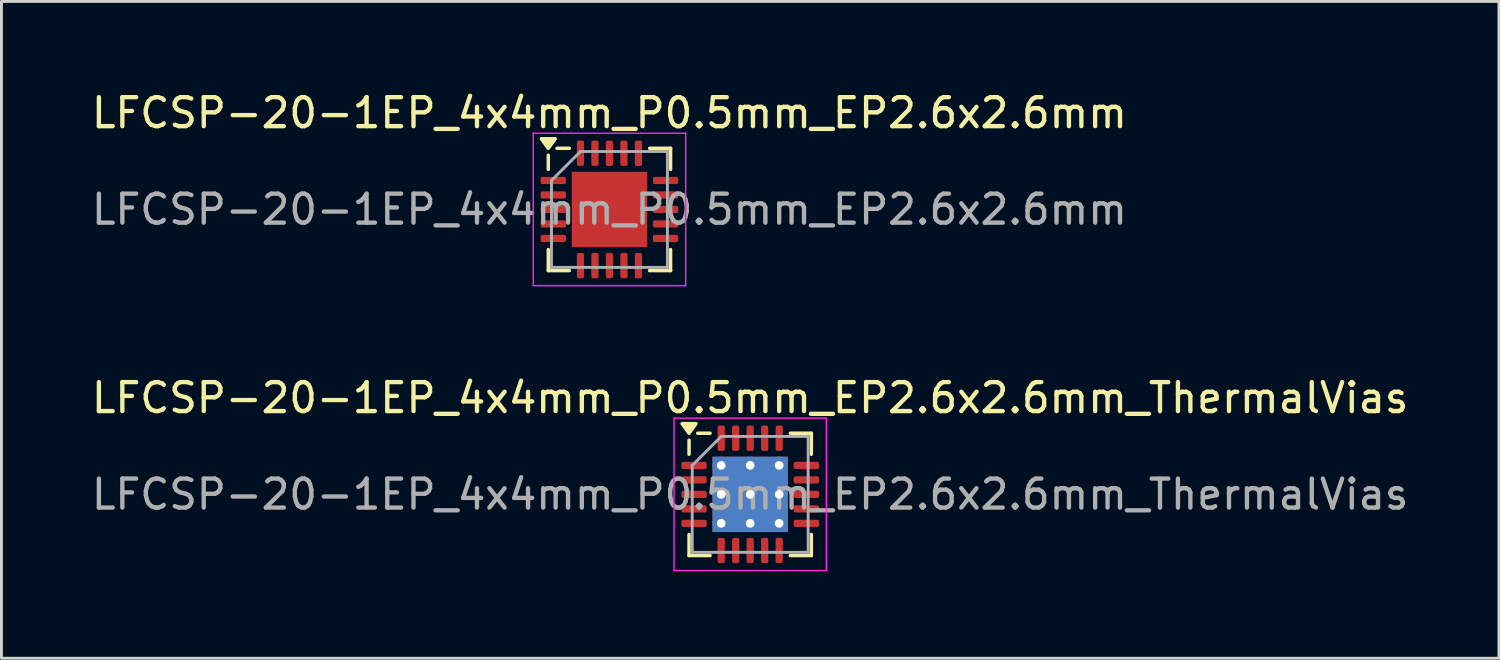
<source format=kicad_pcb>
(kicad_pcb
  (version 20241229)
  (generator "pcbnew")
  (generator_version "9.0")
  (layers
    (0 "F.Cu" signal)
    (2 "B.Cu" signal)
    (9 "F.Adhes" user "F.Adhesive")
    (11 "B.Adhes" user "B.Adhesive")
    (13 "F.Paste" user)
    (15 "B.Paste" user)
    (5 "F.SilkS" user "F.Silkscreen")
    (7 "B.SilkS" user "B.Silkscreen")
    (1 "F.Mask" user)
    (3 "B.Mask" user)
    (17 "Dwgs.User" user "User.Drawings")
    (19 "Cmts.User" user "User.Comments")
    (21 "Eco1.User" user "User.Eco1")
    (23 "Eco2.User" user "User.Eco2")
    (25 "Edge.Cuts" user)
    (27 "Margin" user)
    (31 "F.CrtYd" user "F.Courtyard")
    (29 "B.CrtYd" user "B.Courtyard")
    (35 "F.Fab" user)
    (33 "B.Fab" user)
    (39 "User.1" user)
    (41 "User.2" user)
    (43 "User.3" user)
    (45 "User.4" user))
  (footprint "LFCSP-20-1EP_4x4mm_P0.5mm_EP2.6x2.6mm_ThermalVias"
    (layer "F.Cu")
    (at 22.839 14.011)
    (property "Reference" "LFCSP-20-1EP_4x4mm_P0.5mm_EP2.6x2.6mm_ThermalVias" (at 0 -3.33 0) (layer "F.SilkS") (effects (font (size 1 1) (thickness 0.15))))
    (attr smd)
    (fp_line (start -2.11 -1.385) (end -2.11 -1.87) (stroke (width 0.12) (type solid)) (layer "F.SilkS"))
    (fp_line (start -2.11 2.11) (end -2.11 1.385) (stroke (width 0.12) (type solid)) (layer "F.SilkS"))
    (fp_line (start -1.385 -2.11) (end -1.81 -2.11) (stroke (width 0.12) (type solid)) (layer "F.SilkS"))
    (fp_line (start -1.385 2.11) (end -2.11 2.11) (stroke (width 0.12) (type solid)) (layer "F.SilkS"))
    (fp_line (start 1.385 -2.11) (end 2.11 -2.11) (stroke (width 0.12) (type solid)) (layer "F.SilkS"))
    (fp_line (start 1.385 2.11) (end 2.11 2.11) (stroke (width 0.12) (type solid)) (layer "F.SilkS"))
    (fp_line (start 2.11 -2.11) (end 2.11 -1.385) (stroke (width 0.12) (type solid)) (layer "F.SilkS"))
    (fp_line (start 2.11 2.11) (end 2.11 1.385) (stroke (width 0.12) (type solid)) (layer "F.SilkS"))
    (fp_poly (pts (xy -2.11 -2.11) (xy -2.35 -2.44) (xy -1.87 -2.44) (xy -2.11 -2.11)) (stroke (width 0.12) (type solid)) (fill yes) (layer "F.SilkS"))
    (fp_line (start -2.63 -2.63) (end -2.63 2.63) (stroke (width 0.05) (type solid)) (layer "F.CrtYd"))
    (fp_line (start -2.63 2.63) (end 2.63 2.63) (stroke (width 0.05) (type solid)) (layer "F.CrtYd"))
    (fp_line (start 2.63 -2.63) (end -2.63 -2.63) (stroke (width 0.05) (type solid)) (layer "F.CrtYd"))
    (fp_line (start 2.63 2.63) (end 2.63 -2.63) (stroke (width 0.05) (type solid)) (layer "F.CrtYd"))
    (fp_line (start -2 -1) (end -1 -2) (stroke (width 0.1) (type solid)) (layer "F.Fab"))
    (fp_line (start -2 2) (end -2 -1) (stroke (width 0.1) (type solid)) (layer "F.Fab"))
    (fp_line (start -1 -2) (end 2 -2) (stroke (width 0.1) (type solid)) (layer "F.Fab"))
    (fp_line (start 2 -2) (end 2 2) (stroke (width 0.1) (type solid)) (layer "F.Fab"))
    (fp_line (start 2 2) (end -2 2) (stroke (width 0.1) (type solid)) (layer "F.Fab"))
    (fp_text user "${REFERENCE}" (at 0 0 0) (layer "F.Fab") (effects (font (size 1 1) (thickness 0.15))))
    (pad "" smd roundrect (at -0.65 -0.65) (size 1.09 1.09) (layers "F.Paste") (roundrect_rratio 0.229))
    (pad "" smd roundrect (at -0.65 0.65) (size 1.09 1.09) (layers "F.Paste") (roundrect_rratio 0.229))
    (pad "" smd roundrect (at 0.65 -0.65) (size 1.09 1.09) (layers "F.Paste") (roundrect_rratio 0.229))
    (pad "" smd roundrect (at 0.65 0.65) (size 1.09 1.09) (layers "F.Paste") (roundrect_rratio 0.229))
    (pad "1" smd roundrect (at -1.938 -1) (size 0.875 0.25) (layers "F.Cu" "F.Mask" "F.Paste") (roundrect_rratio 0.25))
    (pad "2" smd roundrect (at -1.938 -0.5) (size 0.875 0.25) (layers "F.Cu" "F.Mask" "F.Paste") (roundrect_rratio 0.25))
    (pad "3" smd roundrect (at -1.938 0) (size 0.875 0.25) (layers "F.Cu" "F.Mask" "F.Paste") (roundrect_rratio 0.25))
    (pad "4" smd roundrect (at -1.938 0.5) (size 0.875 0.25) (layers "F.Cu" "F.Mask" "F.Paste") (roundrect_rratio 0.25))
    (pad "5" smd roundrect (at -1.938 1) (size 0.875 0.25) (layers "F.Cu" "F.Mask" "F.Paste") (roundrect_rratio 0.25))
    (pad "6" smd roundrect (at -1 1.938) (size 0.25 0.875) (layers "F.Cu" "F.Mask" "F.Paste") (roundrect_rratio 0.25))
    (pad "7" smd roundrect (at -0.5 1.938) (size 0.25 0.875) (layers "F.Cu" "F.Mask" "F.Paste") (roundrect_rratio 0.25))
    (pad "8" smd roundrect (at 0 1.938) (size 0.25 0.875) (layers "F.Cu" "F.Mask" "F.Paste") (roundrect_rratio 0.25))
    (pad "9" smd roundrect (at 0.5 1.938) (size 0.25 0.875) (layers "F.Cu" "F.Mask" "F.Paste") (roundrect_rratio 0.25))
    (pad "10" smd roundrect (at 1 1.938) (size 0.25 0.875) (layers "F.Cu" "F.Mask" "F.Paste") (roundrect_rratio 0.25))
    (pad "11" smd roundrect (at 1.938 1) (size 0.875 0.25) (layers "F.Cu" "F.Mask" "F.Paste") (roundrect_rratio 0.25))
    (pad "12" smd roundrect (at 1.938 0.5) (size 0.875 0.25) (layers "F.Cu" "F.Mask" "F.Paste") (roundrect_rratio 0.25))
    (pad "13" smd roundrect (at 1.938 0) (size 0.875 0.25) (layers "F.Cu" "F.Mask" "F.Paste") (roundrect_rratio 0.25))
    (pad "14" smd roundrect (at 1.938 -0.5) (size 0.875 0.25) (layers "F.Cu" "F.Mask" "F.Paste") (roundrect_rratio 0.25))
    (pad "15" smd roundrect (at 1.938 -1) (size 0.875 0.25) (layers "F.Cu" "F.Mask" "F.Paste") (roundrect_rratio 0.25))
    (pad "16" smd roundrect (at 1 -1.938) (size 0.25 0.875) (layers "F.Cu" "F.Mask" "F.Paste") (roundrect_rratio 0.25))
    (pad "17" smd roundrect (at 0.5 -1.938) (size 0.25 0.875) (layers "F.Cu" "F.Mask" "F.Paste") (roundrect_rratio 0.25))
    (pad "18" smd roundrect (at 0 -1.938) (size 0.25 0.875) (layers "F.Cu" "F.Mask" "F.Paste") (roundrect_rratio 0.25))
    (pad "19" smd roundrect (at -0.5 -1.938) (size 0.25 0.875) (layers "F.Cu" "F.Mask" "F.Paste") (roundrect_rratio 0.25))
    (pad "20" smd roundrect (at -1 -1.938) (size 0.25 0.875) (layers "F.Cu" "F.Mask" "F.Paste") (roundrect_rratio 0.25))
    (pad "21" thru_hole circle (at -1 -1) (size 0.6 0.6) (drill 0.3) (property pad_prop_heatsink) (layers "*.Cu"))
    (pad "21" thru_hole circle (at -1 0) (size 0.6 0.6) (drill 0.3) (property pad_prop_heatsink) (layers "*.Cu"))
    (pad "21" thru_hole circle (at -1 1) (size 0.6 0.6) (drill 0.3) (property pad_prop_heatsink) (layers "*.Cu"))
    (pad "21" thru_hole circle (at 0 -1) (size 0.6 0.6) (drill 0.3) (property pad_prop_heatsink) (layers "*.Cu"))
    (pad "21" thru_hole circle (at 0 0) (size 0.6 0.6) (drill 0.3) (property pad_prop_heatsink) (layers "*.Cu"))
    (pad "21" smd rect (at 0 0) (size 2.6 2.6) (property pad_prop_heatsink) (layers "F.Cu" "F.Mask"))
    (pad "21" smd rect (at 0 0) (size 2.6 2.6) (property pad_prop_heatsink) (layers "B.Cu"))
    (pad "21" thru_hole circle (at 0 1) (size 0.6 0.6) (drill 0.3) (property pad_prop_heatsink) (layers "*.Cu"))
    (pad "21" thru_hole circle (at 1 -1) (size 0.6 0.6) (drill 0.3) (property pad_prop_heatsink) (layers "*.Cu"))
    (pad "21" thru_hole circle (at 1 0) (size 0.6 0.6) (drill 0.3) (property pad_prop_heatsink) (layers "*.Cu"))
    (pad "21" thru_hole circle (at 1 1) (size 0.6 0.6) (drill 0.3) (property pad_prop_heatsink) (layers "*.Cu")))
  (footprint "LFCSP-20-1EP_4x4mm_P0.5mm_EP2.6x2.6mm"
    (layer "F.Cu")
    (at 17.982 4.178)
    (property "Reference" "LFCSP-20-1EP_4x4mm_P0.5mm_EP2.6x2.6mm" (at 0 -3.33 0) (layer "F.SilkS") (effects (font (size 1 1) (thickness 0.15))))
    (attr smd)
    (fp_line (start -2.11 -1.385) (end -2.11 -1.87) (stroke (width 0.12) (type solid)) (layer "F.SilkS"))
    (fp_line (start -2.11 2.11) (end -2.11 1.385) (stroke (width 0.12) (type solid)) (layer "F.SilkS"))
    (fp_line (start -1.385 -2.11) (end -1.81 -2.11) (stroke (width 0.12) (type solid)) (layer "F.SilkS"))
    (fp_line (start -1.385 2.11) (end -2.11 2.11) (stroke (width 0.12) (type solid)) (layer "F.SilkS"))
    (fp_line (start 1.385 -2.11) (end 2.11 -2.11) (stroke (width 0.12) (type solid)) (layer "F.SilkS"))
    (fp_line (start 1.385 2.11) (end 2.11 2.11) (stroke (width 0.12) (type solid)) (layer "F.SilkS"))
    (fp_line (start 2.11 -2.11) (end 2.11 -1.385) (stroke (width 0.12) (type solid)) (layer "F.SilkS"))
    (fp_line (start 2.11 2.11) (end 2.11 1.385) (stroke (width 0.12) (type solid)) (layer "F.SilkS"))
    (fp_poly (pts (xy -2.11 -2.11) (xy -2.35 -2.44) (xy -1.87 -2.44) (xy -2.11 -2.11)) (stroke (width 0.12) (type solid)) (fill yes) (layer "F.SilkS"))
    (fp_line (start -2.63 -2.63) (end -2.63 2.63) (stroke (width 0.05) (type solid)) (layer "F.CrtYd"))
    (fp_line (start -2.63 2.63) (end 2.63 2.63) (stroke (width 0.05) (type solid)) (layer "F.CrtYd"))
    (fp_line (start 2.63 -2.63) (end -2.63 -2.63) (stroke (width 0.05) (type solid)) (layer "F.CrtYd"))
    (fp_line (start 2.63 2.63) (end 2.63 -2.63) (stroke (width 0.05) (type solid)) (layer "F.CrtYd"))
    (fp_line (start -2 -1) (end -1 -2) (stroke (width 0.1) (type solid)) (layer "F.Fab"))
    (fp_line (start -2 2) (end -2 -1) (stroke (width 0.1) (type solid)) (layer "F.Fab"))
    (fp_line (start -1 -2) (end 2 -2) (stroke (width 0.1) (type solid)) (layer "F.Fab"))
    (fp_line (start 2 -2) (end 2 2) (stroke (width 0.1) (type solid)) (layer "F.Fab"))
    (fp_line (start 2 2) (end -2 2) (stroke (width 0.1) (type solid)) (layer "F.Fab"))
    (fp_text user "${REFERENCE}" (at 0 0 0) (layer "F.Fab") (effects (font (size 1 1) (thickness 0.15))))
    (pad "" smd roundrect (at -0.65 -0.65) (size 1.05 1.05) (layers "F.Paste") (roundrect_rratio 0.238))
    (pad "" smd roundrect (at -0.65 0.65) (size 1.05 1.05) (layers "F.Paste") (roundrect_rratio 0.238))
    (pad "" smd roundrect (at 0.65 -0.65) (size 1.05 1.05) (layers "F.Paste") (roundrect_rratio 0.238))
    (pad "" smd roundrect (at 0.65 0.65) (size 1.05 1.05) (layers "F.Paste") (roundrect_rratio 0.238))
    (pad "1" smd roundrect (at -1.938 -1) (size 0.875 0.25) (layers "F.Cu" "F.Mask" "F.Paste") (roundrect_rratio 0.25))
    (pad "2" smd roundrect (at -1.938 -0.5) (size 0.875 0.25) (layers "F.Cu" "F.Mask" "F.Paste") (roundrect_rratio 0.25))
    (pad "3" smd roundrect (at -1.938 0) (size 0.875 0.25) (layers "F.Cu" "F.Mask" "F.Paste") (roundrect_rratio 0.25))
    (pad "4" smd roundrect (at -1.938 0.5) (size 0.875 0.25) (layers "F.Cu" "F.Mask" "F.Paste") (roundrect_rratio 0.25))
    (pad "5" smd roundrect (at -1.938 1) (size 0.875 0.25) (layers "F.Cu" "F.Mask" "F.Paste") (roundrect_rratio 0.25))
    (pad "6" smd roundrect (at -1 1.938) (size 0.25 0.875) (layers "F.Cu" "F.Mask" "F.Paste") (roundrect_rratio 0.25))
    (pad "7" smd roundrect (at -0.5 1.938) (size 0.25 0.875) (layers "F.Cu" "F.Mask" "F.Paste") (roundrect_rratio 0.25))
    (pad "8" smd roundrect (at 0 1.938) (size 0.25 0.875) (layers "F.Cu" "F.Mask" "F.Paste") (roundrect_rratio 0.25))
    (pad "9" smd roundrect (at 0.5 1.938) (size 0.25 0.875) (layers "F.Cu" "F.Mask" "F.Paste") (roundrect_rratio 0.25))
    (pad "10" smd roundrect (at 1 1.938) (size 0.25 0.875) (layers "F.Cu" "F.Mask" "F.Paste") (roundrect_rratio 0.25))
    (pad "11" smd roundrect (at 1.938 1) (size 0.875 0.25) (layers "F.Cu" "F.Mask" "F.Paste") (roundrect_rratio 0.25))
    (pad "12" smd roundrect (at 1.938 0.5) (size 0.875 0.25) (layers "F.Cu" "F.Mask" "F.Paste") (roundrect_rratio 0.25))
    (pad "13" smd roundrect (at 1.938 0) (size 0.875 0.25) (layers "F.Cu" "F.Mask" "F.Paste") (roundrect_rratio 0.25))
    (pad "14" smd roundrect (at 1.938 -0.5) (size 0.875 0.25) (layers "F.Cu" "F.Mask" "F.Paste") (roundrect_rratio 0.25))
    (pad "15" smd roundrect (at 1.938 -1) (size 0.875 0.25) (layers "F.Cu" "F.Mask" "F.Paste") (roundrect_rratio 0.25))
    (pad "16" smd roundrect (at 1 -1.938) (size 0.25 0.875) (layers "F.Cu" "F.Mask" "F.Paste") (roundrect_rratio 0.25))
    (pad "17" smd roundrect (at 0.5 -1.938) (size 0.25 0.875) (layers "F.Cu" "F.Mask" "F.Paste") (roundrect_rratio 0.25))
    (pad "18" smd roundrect (at 0 -1.938) (size 0.25 0.875) (layers "F.Cu" "F.Mask" "F.Paste") (roundrect_rratio 0.25))
    (pad "19" smd roundrect (at -0.5 -1.938) (size 0.25 0.875) (layers "F.Cu" "F.Mask" "F.Paste") (roundrect_rratio 0.25))
    (pad "20" smd roundrect (at -1 -1.938) (size 0.25 0.875) (layers "F.Cu" "F.Mask" "F.Paste") (roundrect_rratio 0.25))
    (pad "21" smd rect (at 0 0) (size 2.6 2.6) (property pad_prop_heatsink) (layers "F.Cu" "F.Mask")))
  (gr_rect
    (start -3 -3)
    (end 48.679 19.666)
    (stroke (width 0.1) (type default))
    (fill no)
    (layer "Edge.Cuts")))
</source>
